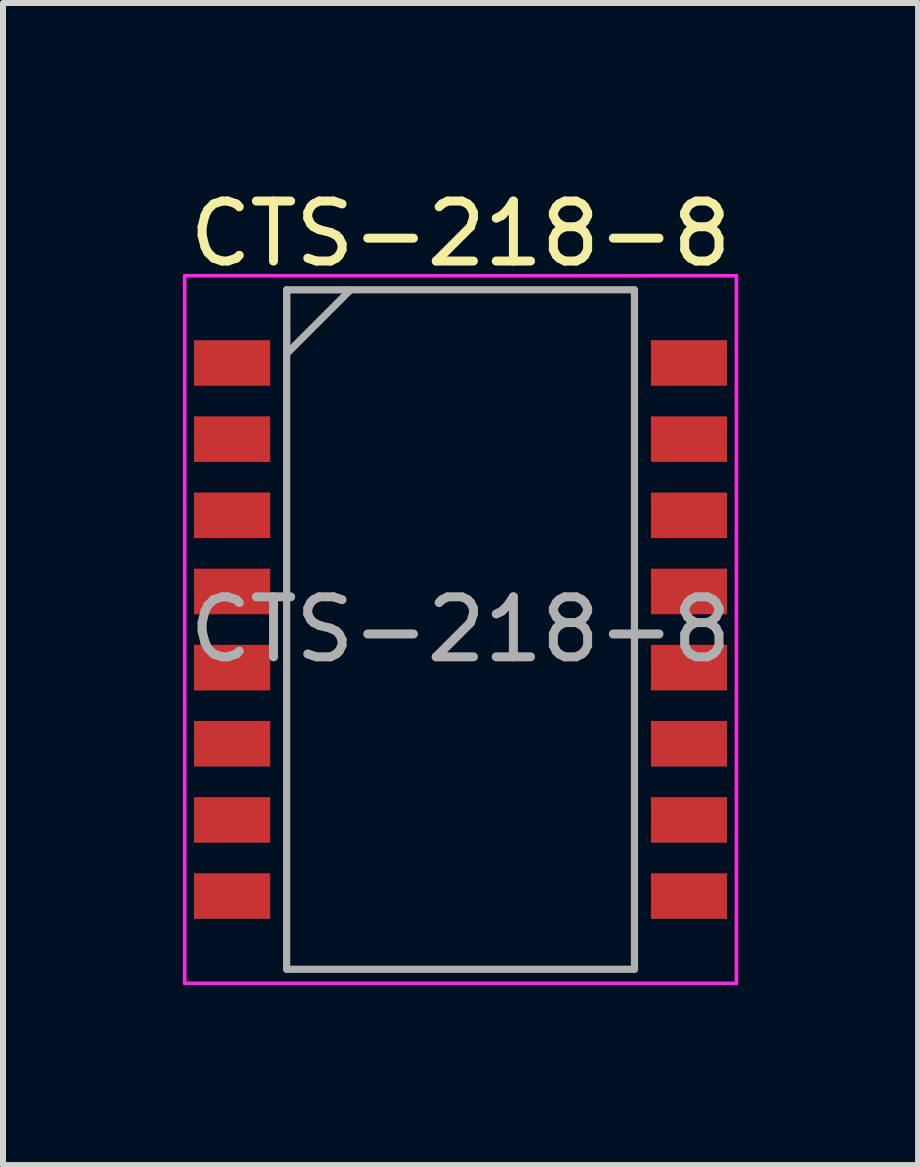
<source format=kicad_pcb>
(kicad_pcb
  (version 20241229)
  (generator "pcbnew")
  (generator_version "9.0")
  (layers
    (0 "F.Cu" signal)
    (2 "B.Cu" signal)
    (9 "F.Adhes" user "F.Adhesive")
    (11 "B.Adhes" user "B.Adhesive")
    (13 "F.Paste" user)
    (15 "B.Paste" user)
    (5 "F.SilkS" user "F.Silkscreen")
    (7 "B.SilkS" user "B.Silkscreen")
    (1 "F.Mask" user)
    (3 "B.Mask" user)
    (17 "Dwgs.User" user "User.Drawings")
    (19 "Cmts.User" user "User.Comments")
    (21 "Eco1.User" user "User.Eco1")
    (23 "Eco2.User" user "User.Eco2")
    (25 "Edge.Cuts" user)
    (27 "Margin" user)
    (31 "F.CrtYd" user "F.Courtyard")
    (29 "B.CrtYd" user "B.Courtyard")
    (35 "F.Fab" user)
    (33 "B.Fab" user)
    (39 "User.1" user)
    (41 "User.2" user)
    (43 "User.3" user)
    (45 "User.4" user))
  (footprint "CTS-218-8"
    (layer "F.Cu")
    (at 4.63 7.448)
    (property "Reference" "CTS-218-8" (at 0 -6.6 0) (layer "F.SilkS") (effects (font (size 1 1) (thickness 0.15))))
    (attr through_hole)
    (fp_line (start -4.6 -5.9) (end 4.6 -5.9) (stroke (width 0.06) (type solid)) (layer "F.CrtYd"))
    (fp_line (start -4.6 5.9) (end -4.6 -5.9) (stroke (width 0.06) (type solid)) (layer "F.CrtYd"))
    (fp_line (start 4.6 -5.9) (end 4.6 5.9) (stroke (width 0.06) (type solid)) (layer "F.CrtYd"))
    (fp_line (start 4.6 5.9) (end -4.6 5.9) (stroke (width 0.06) (type solid)) (layer "F.CrtYd"))
    (fp_line (start -2.9 -5.665) (end 2.9 -5.665) (stroke (width 0.12) (type solid)) (layer "F.Fab"))
    (fp_line (start -2.9 -4.6) (end -1.84 -5.66) (stroke (width 0.12) (type solid)) (layer "F.Fab"))
    (fp_line (start -2.9 5.665) (end -2.9 -5.665) (stroke (width 0.12) (type solid)) (layer "F.Fab"))
    (fp_line (start 2.9 -5.665) (end 2.9 5.665) (stroke (width 0.12) (type solid)) (layer "F.Fab"))
    (fp_line (start 2.9 5.665) (end -2.9 5.665) (stroke (width 0.12) (type solid)) (layer "F.Fab"))
    (fp_poly (pts (xy -2.89 -4.61) (xy -2.89 -5.66) (xy -1.84 -5.66)) (stroke (width 0.1) (type solid)) (fill no) (layer "F.Fab"))
    (fp_text user "${REFERENCE}" (at 0 0 0) (layer "F.Fab") (effects (font (size 1 1) (thickness 0.15))))
    (pad "1" smd rect (at -3.81 -4.445) (size 1.27 0.76) (layers "F.Cu" "F.Mask" "F.Paste"))
    (pad "2" smd rect (at -3.81 -3.175) (size 1.27 0.76) (layers "F.Cu" "F.Mask" "F.Paste"))
    (pad "3" smd rect (at -3.81 -1.905) (size 1.27 0.76) (layers "F.Cu" "F.Mask" "F.Paste"))
    (pad "4" smd rect (at -3.81 -0.635) (size 1.27 0.76) (layers "F.Cu" "F.Mask" "F.Paste"))
    (pad "5" smd rect (at -3.81 0.635) (size 1.27 0.76) (layers "F.Cu" "F.Mask" "F.Paste"))
    (pad "6" smd rect (at -3.81 1.905) (size 1.27 0.76) (layers "F.Cu" "F.Mask" "F.Paste"))
    (pad "7" smd rect (at -3.81 3.175) (size 1.27 0.76) (layers "F.Cu" "F.Mask" "F.Paste"))
    (pad "8" smd rect (at -3.81 4.445) (size 1.27 0.76) (layers "F.Cu" "F.Mask" "F.Paste"))
    (pad "9" smd rect (at 3.81 4.445 180) (size 1.27 0.76) (layers "F.Cu" "F.Mask" "F.Paste"))
    (pad "10" smd rect (at 3.81 3.175 180) (size 1.27 0.76) (layers "F.Cu" "F.Mask" "F.Paste"))
    (pad "11" smd rect (at 3.81 1.905 180) (size 1.27 0.76) (layers "F.Cu" "F.Mask" "F.Paste"))
    (pad "12" smd rect (at 3.81 0.635 180) (size 1.27 0.76) (layers "F.Cu" "F.Mask" "F.Paste"))
    (pad "13" smd rect (at 3.81 -0.635 180) (size 1.27 0.76) (layers "F.Cu" "F.Mask" "F.Paste"))
    (pad "14" smd rect (at 3.81 -1.905 180) (size 1.27 0.76) (layers "F.Cu" "F.Mask" "F.Paste"))
    (pad "15" smd rect (at 3.81 -3.175 180) (size 1.27 0.76) (layers "F.Cu" "F.Mask" "F.Paste"))
    (pad "16" smd rect (at 3.81 -4.445 180) (size 1.27 0.76) (layers "F.Cu" "F.Mask" "F.Paste")))
  (gr_rect
    (start -3 -3)
    (end 12.26 16.378)
    (stroke (width 0.1) (type default))
    (fill no)
    (layer "Edge.Cuts")))
</source>
